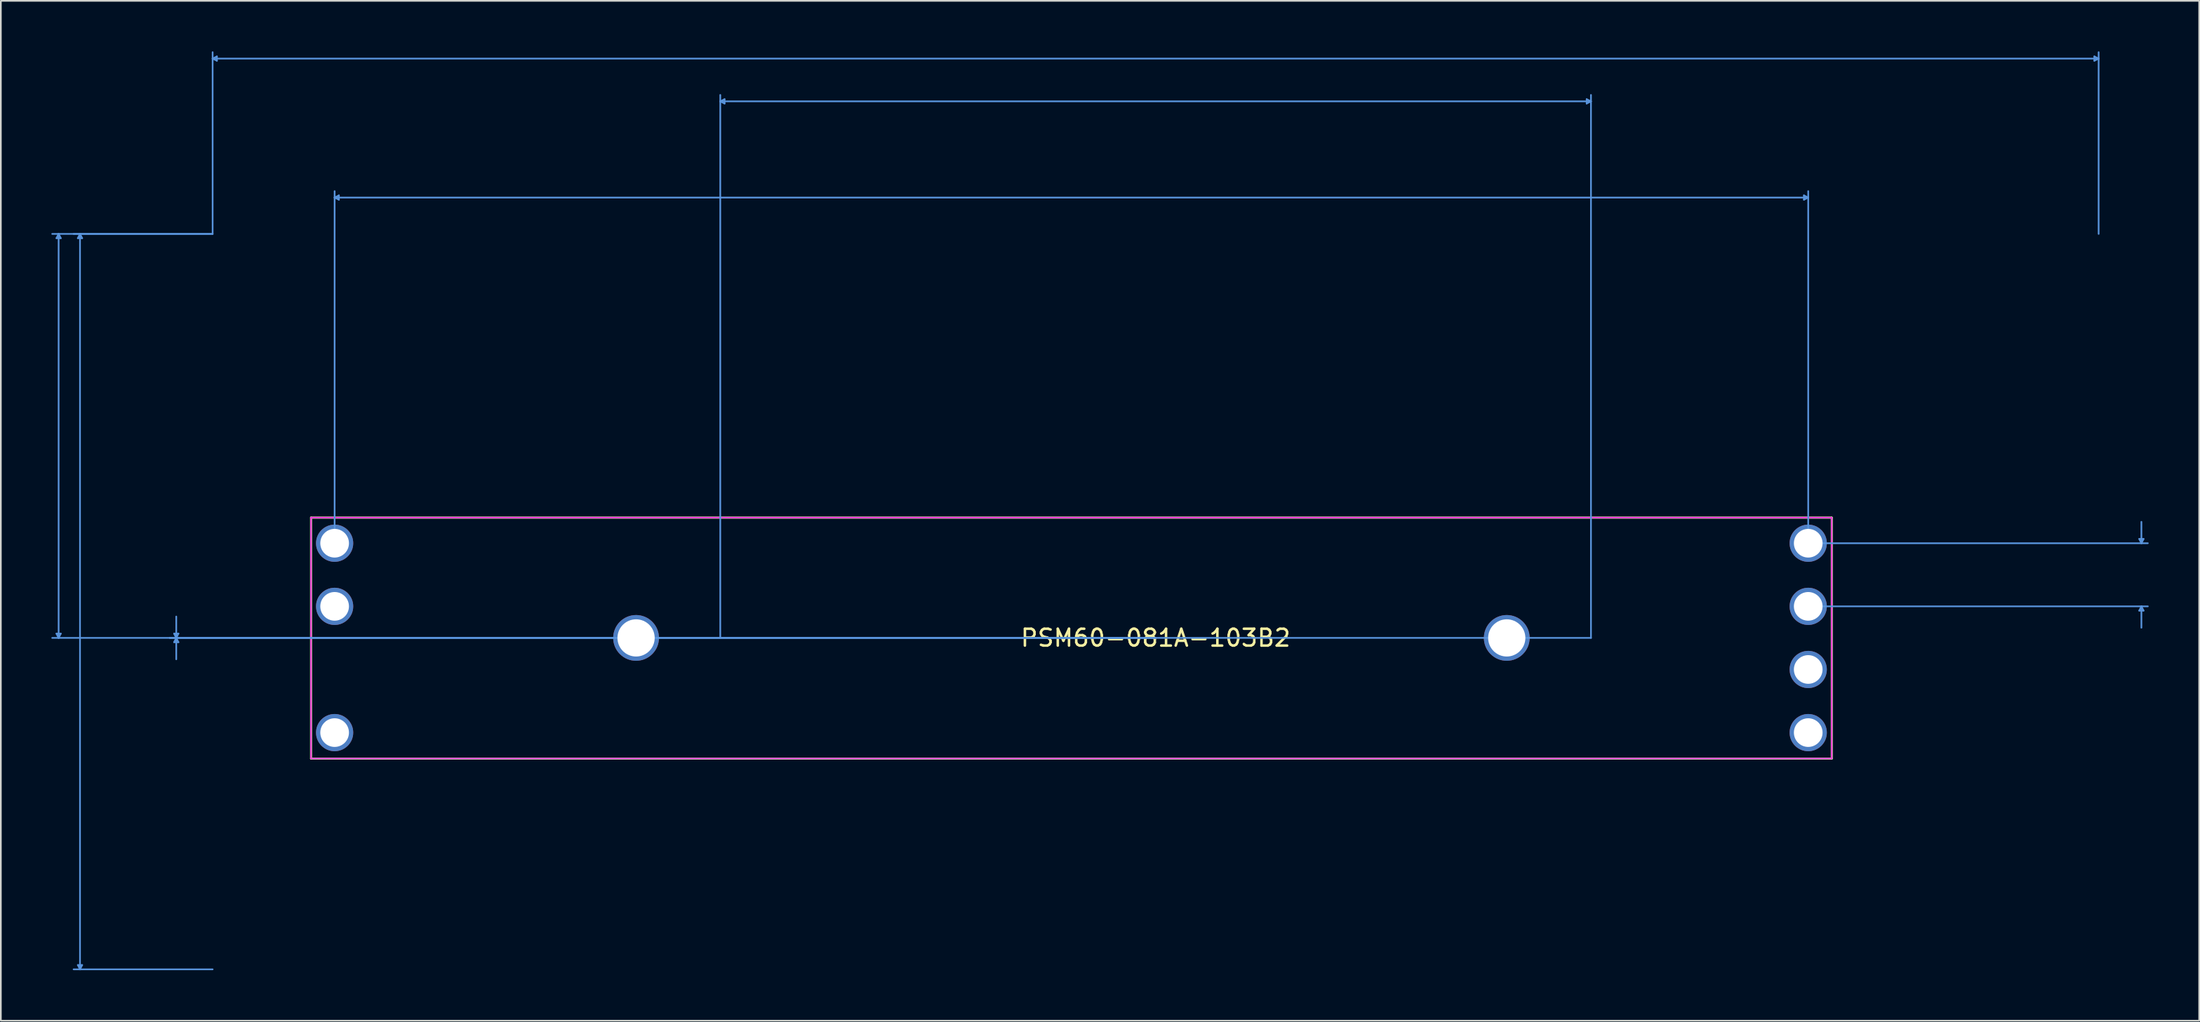
<source format=kicad_pcb>
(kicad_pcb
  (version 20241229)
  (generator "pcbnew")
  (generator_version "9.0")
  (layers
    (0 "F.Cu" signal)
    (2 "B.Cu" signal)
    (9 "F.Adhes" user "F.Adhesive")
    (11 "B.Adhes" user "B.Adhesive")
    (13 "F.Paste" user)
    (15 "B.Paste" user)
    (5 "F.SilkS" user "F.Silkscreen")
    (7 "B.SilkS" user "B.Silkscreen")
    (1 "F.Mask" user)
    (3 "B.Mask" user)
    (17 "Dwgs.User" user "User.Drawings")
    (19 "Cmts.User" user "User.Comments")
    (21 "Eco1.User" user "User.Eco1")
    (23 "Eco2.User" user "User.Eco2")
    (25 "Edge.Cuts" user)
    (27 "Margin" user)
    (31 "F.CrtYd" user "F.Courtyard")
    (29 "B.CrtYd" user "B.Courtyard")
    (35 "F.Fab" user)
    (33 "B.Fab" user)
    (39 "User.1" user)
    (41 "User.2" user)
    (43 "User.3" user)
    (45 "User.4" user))
  (footprint "PSM60-081A-103B2"
    (layer "F.Cu")
    (at 104.319 32.97)
    (property "Reference" "PSM60-081A-103B2" (at -38.75 1.875 0) (layer "F.SilkS") (effects (font (size 1 1) (thickness 0.15))))
    (attr through_hole)
    (fp_line (start -88.9 -5.271) (end -88.9 9.042) (stroke (width 0.12) (type solid)) (layer "F.SilkS"))
    (fp_line (start -88.9 9.042) (end 1.397 9.042) (stroke (width 0.12) (type solid)) (layer "F.SilkS"))
    (fp_line (start 1.397 -5.271) (end -88.9 -5.271) (stroke (width 0.12) (type solid)) (layer "F.SilkS"))
    (fp_line (start 1.397 9.042) (end 1.397 -5.271) (stroke (width 0.12) (type solid)) (layer "F.SilkS"))
    (fp_line (start -104.015 -21.871) (end -103.761 -21.871) (stroke (width 0.1) (type solid)) (layer "Cmts.User"))
    (fp_line (start -104.015 1.621) (end -103.761 1.621) (stroke (width 0.1) (type solid)) (layer "Cmts.User"))
    (fp_line (start -103.888 -22.125) (end -104.015 -21.871) (stroke (width 0.1) (type solid)) (layer "Cmts.User"))
    (fp_line (start -103.888 -22.125) (end -103.888 1.875) (stroke (width 0.1) (type solid)) (layer "Cmts.User"))
    (fp_line (start -103.888 -22.125) (end -103.761 -21.871) (stroke (width 0.1) (type solid)) (layer "Cmts.User"))
    (fp_line (start -103.888 1.875) (end -104.015 1.621) (stroke (width 0.1) (type solid)) (layer "Cmts.User"))
    (fp_line (start -103.888 1.875) (end -103.761 1.621) (stroke (width 0.1) (type solid)) (layer "Cmts.User"))
    (fp_line (start -102.745 -21.871) (end -102.491 -21.871) (stroke (width 0.1) (type solid)) (layer "Cmts.User"))
    (fp_line (start -102.745 21.309) (end -102.491 21.309) (stroke (width 0.1) (type solid)) (layer "Cmts.User"))
    (fp_line (start -102.618 -22.125) (end -102.745 -21.871) (stroke (width 0.1) (type solid)) (layer "Cmts.User"))
    (fp_line (start -102.618 -22.125) (end -102.618 21.563) (stroke (width 0.1) (type solid)) (layer "Cmts.User"))
    (fp_line (start -102.618 -22.125) (end -102.491 -21.871) (stroke (width 0.1) (type solid)) (layer "Cmts.User"))
    (fp_line (start -102.618 21.563) (end -102.745 21.309) (stroke (width 0.1) (type solid)) (layer "Cmts.User"))
    (fp_line (start -102.618 21.563) (end -102.491 21.309) (stroke (width 0.1) (type solid)) (layer "Cmts.User"))
    (fp_line (start -97.03 1.621) (end -96.776 1.621) (stroke (width 0.1) (type solid)) (layer "Cmts.User"))
    (fp_line (start -97.03 2.129) (end -96.776 2.129) (stroke (width 0.1) (type solid)) (layer "Cmts.User"))
    (fp_line (start -96.903 1.875) (end -97.03 1.621) (stroke (width 0.1) (type solid)) (layer "Cmts.User"))
    (fp_line (start -96.903 1.875) (end -97.03 2.129) (stroke (width 0.1) (type solid)) (layer "Cmts.User"))
    (fp_line (start -96.903 1.875) (end -96.903 0.605) (stroke (width 0.1) (type solid)) (layer "Cmts.User"))
    (fp_line (start -96.903 1.875) (end -96.903 3.145) (stroke (width 0.1) (type solid)) (layer "Cmts.User"))
    (fp_line (start -96.903 1.875) (end -96.776 1.621) (stroke (width 0.1) (type solid)) (layer "Cmts.User"))
    (fp_line (start -96.903 1.875) (end -96.776 2.129) (stroke (width 0.1) (type solid)) (layer "Cmts.User"))
    (fp_line (start -94.744 -32.539) (end -94.49 -32.666) (stroke (width 0.1) (type solid)) (layer "Cmts.User"))
    (fp_line (start -94.744 -32.539) (end -94.49 -32.412) (stroke (width 0.1) (type solid)) (layer "Cmts.User"))
    (fp_line (start -94.744 -32.539) (end 17.244 -32.539) (stroke (width 0.1) (type solid)) (layer "Cmts.User"))
    (fp_line (start -94.744 -22.125) (end -104.269 -22.125) (stroke (width 0.1) (type solid)) (layer "Cmts.User"))
    (fp_line (start -94.744 -22.125) (end -102.999 -22.125) (stroke (width 0.1) (type solid)) (layer "Cmts.User"))
    (fp_line (start -94.744 -22.125) (end -94.744 -32.92) (stroke (width 0.1) (type solid)) (layer "Cmts.User"))
    (fp_line (start -94.744 21.563) (end -102.999 21.563) (stroke (width 0.1) (type solid)) (layer "Cmts.User"))
    (fp_line (start -94.49 -32.666) (end -94.49 -32.412) (stroke (width 0.1) (type solid)) (layer "Cmts.User"))
    (fp_line (start -87.5 -24.284) (end -87.246 -24.411) (stroke (width 0.1) (type solid)) (layer "Cmts.User"))
    (fp_line (start -87.5 -24.284) (end -87.246 -24.157) (stroke (width 0.1) (type solid)) (layer "Cmts.User"))
    (fp_line (start -87.5 -24.284) (end 0.000006 -24.284) (stroke (width 0.1) (type solid)) (layer "Cmts.User"))
    (fp_line (start -87.5 -3.75) (end -87.5 -24.665) (stroke (width 0.1) (type solid)) (layer "Cmts.User"))
    (fp_line (start -87.246 -24.411) (end -87.246 -24.157) (stroke (width 0.1) (type solid)) (layer "Cmts.User"))
    (fp_line (start -64.6 -29.999) (end -64.346 -30.126) (stroke (width 0.1) (type solid)) (layer "Cmts.User"))
    (fp_line (start -64.6 -29.999) (end -64.346 -29.872) (stroke (width 0.1) (type solid)) (layer "Cmts.User"))
    (fp_line (start -64.6 -29.999) (end -12.9 -29.999) (stroke (width 0.1) (type solid)) (layer "Cmts.User"))
    (fp_line (start -64.6 1.875) (end -64.6 -30.38) (stroke (width 0.1) (type solid)) (layer "Cmts.User"))
    (fp_line (start -64.346 -30.126) (end -64.346 -29.872) (stroke (width 0.1) (type solid)) (layer "Cmts.User"))
    (fp_line (start -38.75 1.875) (end -104.269 1.875) (stroke (width 0.1) (type solid)) (layer "Cmts.User"))
    (fp_line (start -38.75 1.875) (end -97.284 1.875) (stroke (width 0.1) (type solid)) (layer "Cmts.User"))
    (fp_line (start -13.154 -30.126) (end -13.154 -29.872) (stroke (width 0.1) (type solid)) (layer "Cmts.User"))
    (fp_line (start -12.9 -29.999) (end -13.154 -30.126) (stroke (width 0.1) (type solid)) (layer "Cmts.User"))
    (fp_line (start -12.9 -29.999) (end -13.154 -29.872) (stroke (width 0.1) (type solid)) (layer "Cmts.User"))
    (fp_line (start -12.9 1.875) (end -97.284 1.875) (stroke (width 0.1) (type solid)) (layer "Cmts.User"))
    (fp_line (start -12.9 1.875) (end -12.9 -30.38) (stroke (width 0.1) (type solid)) (layer "Cmts.User"))
    (fp_line (start -0.254 -24.411) (end -0.254 -24.157) (stroke (width 0.1) (type solid)) (layer "Cmts.User"))
    (fp_line (start 0.000006 -24.284) (end -0.254 -24.411) (stroke (width 0.1) (type solid)) (layer "Cmts.User"))
    (fp_line (start 0.000006 -24.284) (end -0.254 -24.157) (stroke (width 0.1) (type solid)) (layer "Cmts.User"))
    (fp_line (start 0.000006 -3.75) (end 0.000006 -24.665) (stroke (width 0.1) (type solid)) (layer "Cmts.User"))
    (fp_line (start 0.000006 -3.75) (end 20.165 -3.75) (stroke (width 0.1) (type solid)) (layer "Cmts.User"))
    (fp_line (start 0.000006 0) (end 20.165 0) (stroke (width 0.1) (type solid)) (layer "Cmts.User"))
    (fp_line (start 16.99 -32.666) (end 16.99 -32.412) (stroke (width 0.1) (type solid)) (layer "Cmts.User"))
    (fp_line (start 17.244 -32.539) (end 16.99 -32.666) (stroke (width 0.1) (type solid)) (layer "Cmts.User"))
    (fp_line (start 17.244 -32.539) (end 16.99 -32.412) (stroke (width 0.1) (type solid)) (layer "Cmts.User"))
    (fp_line (start 17.244 -22.125) (end 17.244 -32.92) (stroke (width 0.1) (type solid)) (layer "Cmts.User"))
    (fp_line (start 19.657 -4.004) (end 19.911 -4.004) (stroke (width 0.1) (type solid)) (layer "Cmts.User"))
    (fp_line (start 19.657 0.254) (end 19.911 0.254) (stroke (width 0.1) (type solid)) (layer "Cmts.User"))
    (fp_line (start 19.784 -3.75) (end 19.657 -4.004) (stroke (width 0.1) (type solid)) (layer "Cmts.User"))
    (fp_line (start 19.784 -3.75) (end 19.784 -5.02) (stroke (width 0.1) (type solid)) (layer "Cmts.User"))
    (fp_line (start 19.784 -3.75) (end 19.911 -4.004) (stroke (width 0.1) (type solid)) (layer "Cmts.User"))
    (fp_line (start 19.784 0) (end 19.657 0.254) (stroke (width 0.1) (type solid)) (layer "Cmts.User"))
    (fp_line (start 19.784 0) (end 19.784 1.27) (stroke (width 0.1) (type solid)) (layer "Cmts.User"))
    (fp_line (start 19.784 0) (end 19.911 0.254) (stroke (width 0.1) (type solid)) (layer "Cmts.User"))
    (fp_line (start -88.9 -5.271) (end -88.9 9.042) (stroke (width 0.05) (type solid)) (layer "F.CrtYd"))
    (fp_line (start -88.9 -5.271) (end -88.9 9.042) (stroke (width 0.05) (type solid)) (layer "F.CrtYd"))
    (fp_line (start -88.9 9.042) (end 1.397 9.042) (stroke (width 0.05) (type solid)) (layer "F.CrtYd"))
    (fp_line (start -88.9 9.042) (end 1.397 9.042) (stroke (width 0.05) (type solid)) (layer "F.CrtYd"))
    (fp_line (start 1.397 -5.271) (end -88.9 -5.271) (stroke (width 0.05) (type solid)) (layer "F.CrtYd"))
    (fp_line (start 1.397 -5.271) (end -88.9 -5.271) (stroke (width 0.05) (type solid)) (layer "F.CrtYd"))
    (fp_line (start 1.397 9.042) (end 1.397 -5.271) (stroke (width 0.05) (type solid)) (layer "F.CrtYd"))
    (fp_line (start 1.397 9.042) (end 1.397 -5.271) (stroke (width 0.05) (type solid)) (layer "F.CrtYd"))
    (fp_line (start -88.9 -5.271) (end -88.9 9.042) (stroke (width 0.1) (type solid)) (layer "F.Fab"))
    (fp_line (start -88.9 9.042) (end 1.397 9.042) (stroke (width 0.1) (type solid)) (layer "F.Fab"))
    (fp_line (start 1.397 -5.271) (end -88.9 -5.271) (stroke (width 0.1) (type solid)) (layer "F.Fab"))
    (fp_line (start 1.397 9.042) (end 1.397 -5.271) (stroke (width 0.1) (type solid)) (layer "F.Fab"))
    (fp_text user "*" (at 0 0 0) (layer "F.SilkS") (effects (font (size 1 1) (thickness 0.15))))
    (fp_text user "Copyright 2021 Accelerated Designs. All rights reserved." (at 0 0 0) (layer "Cmts.User") (effects (font (size 0.127 0.127) (thickness 0.002))))
    (fp_text user "*" (at 0 0 0) (layer "F.Fab") (effects (font (size 1 1) (thickness 0.15))))
    (pad "1" thru_hole circle (at 0 0) (size 2.21 2.21) (drill 1.702) (layers "*.Cu" "*.Mask"))
    (pad "1'" thru_hole circle (at 0 3.75) (size 2.21 2.21) (drill 1.702) (layers "*.Cu" "*.Mask"))
    (pad "2" thru_hole circle (at 0 -3.75) (size 2.21 2.21) (drill 1.702) (layers "*.Cu" "*.Mask"))
    (pad "2'" thru_hole circle (at 0 7.5) (size 2.21 2.21) (drill 1.702) (layers "*.Cu" "*.Mask"))
    (pad "3" thru_hole circle (at -87.5 -3.75) (size 2.21 2.21) (drill 1.702) (layers "*.Cu" "*.Mask"))
    (pad "3'" thru_hole circle (at -87.5 7.5) (size 2.21 2.21) (drill 1.702) (layers "*.Cu" "*.Mask"))
    (pad "8" thru_hole circle (at -69.6 1.875) (size 2.718 2.718) (drill 2.21) (layers "*.Cu" "*.Mask"))
    (pad "9" thru_hole circle (at -17.9 1.875) (size 2.718 2.718) (drill 2.21) (layers "*.Cu" "*.Mask"))
    (pad "T" thru_hole circle (at -87.5 0) (size 2.21 2.21) (drill 1.702) (layers "*.Cu" "*.Mask")))
  (gr_rect
    (start -3 -3)
    (end 127.535 57.583)
    (stroke (width 0.1) (type default))
    (fill no)
    (layer "Edge.Cuts")))
</source>
